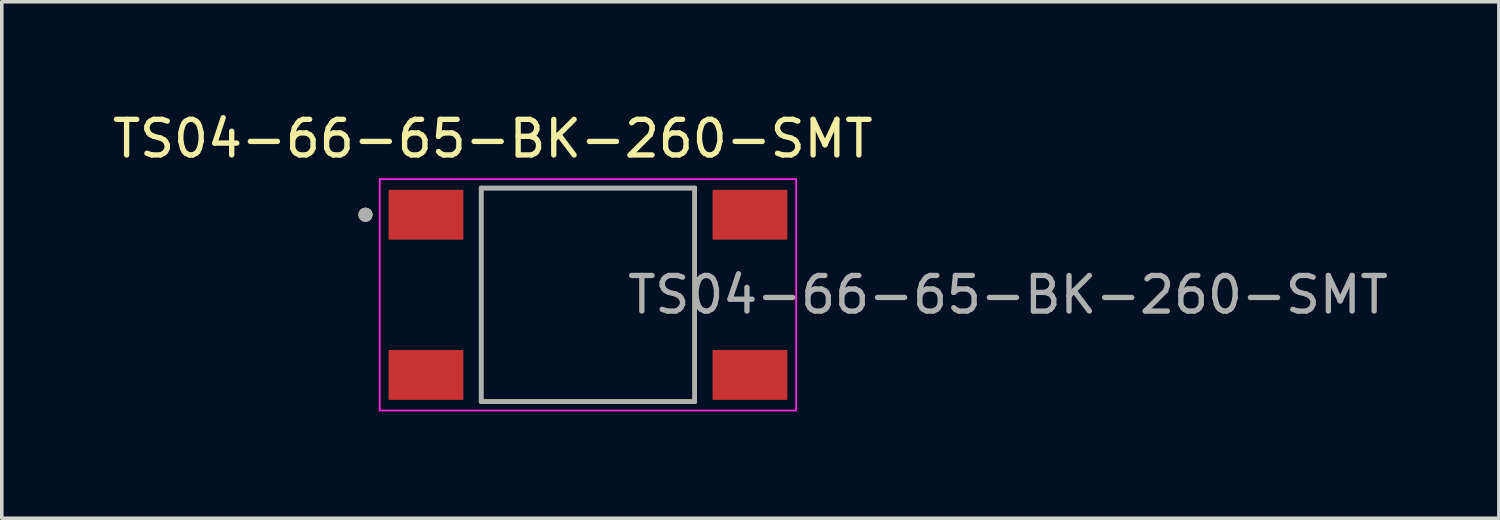
<source format=kicad_pcb>
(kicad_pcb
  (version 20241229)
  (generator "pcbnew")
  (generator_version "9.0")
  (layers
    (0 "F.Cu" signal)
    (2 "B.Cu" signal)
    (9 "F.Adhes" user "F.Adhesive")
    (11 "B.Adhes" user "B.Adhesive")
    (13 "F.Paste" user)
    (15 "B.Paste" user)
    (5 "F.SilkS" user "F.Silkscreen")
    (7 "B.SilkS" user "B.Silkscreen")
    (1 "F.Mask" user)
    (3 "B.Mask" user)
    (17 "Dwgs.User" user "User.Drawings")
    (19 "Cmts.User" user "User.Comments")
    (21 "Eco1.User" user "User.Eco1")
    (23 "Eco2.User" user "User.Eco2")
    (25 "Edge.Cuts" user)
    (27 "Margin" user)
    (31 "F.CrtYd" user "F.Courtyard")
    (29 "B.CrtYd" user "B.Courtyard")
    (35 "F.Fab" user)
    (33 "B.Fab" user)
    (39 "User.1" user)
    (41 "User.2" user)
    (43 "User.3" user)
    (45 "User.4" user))
  (footprint "TS04-66-65-BK-260-SMT"
    (layer "F.Cu")
    (at 13.467 5.233)
    (property "Reference" "TS04-66-65-BK-260-SMT" (at -2.675 -4.385 0) (layer "F.SilkS") (effects (font (size 1 1) (thickness 0.15))))
    (attr smd)
    (fp_line (start -3 -3) (end -3 3) (stroke (width 0.127) (type solid)) (layer "F.SilkS"))
    (fp_line (start -3 3) (end 3 3) (stroke (width 0.127) (type solid)) (layer "F.SilkS"))
    (fp_line (start 3 -3) (end -3 -3) (stroke (width 0.127) (type solid)) (layer "F.SilkS"))
    (fp_line (start 3 3) (end 3 -3) (stroke (width 0.127) (type solid)) (layer "F.SilkS"))
    (fp_circle (center -6.25 -2.25) (end -6.15 -2.25) (stroke (width 0.2) (type solid)) (fill no) (layer "F.SilkS"))
    (fp_line (start -5.85 -3.25) (end -5.85 3.25) (stroke (width 0.05) (type solid)) (layer "F.CrtYd"))
    (fp_line (start -5.85 3.25) (end 5.85 3.25) (stroke (width 0.05) (type solid)) (layer "F.CrtYd"))
    (fp_line (start 5.85 -3.25) (end -5.85 -3.25) (stroke (width 0.05) (type solid)) (layer "F.CrtYd"))
    (fp_line (start 5.85 3.25) (end 5.85 -3.25) (stroke (width 0.05) (type solid)) (layer "F.CrtYd"))
    (fp_line (start -3 -3) (end -3 3) (stroke (width 0.127) (type solid)) (layer "F.Fab"))
    (fp_line (start -3 3) (end 3 3) (stroke (width 0.127) (type solid)) (layer "F.Fab"))
    (fp_line (start 3 -3) (end -3 -3) (stroke (width 0.127) (type solid)) (layer "F.Fab"))
    (fp_line (start 3 3) (end 3 -3) (stroke (width 0.127) (type solid)) (layer "F.Fab"))
    (fp_circle (center -6.25 -2.25) (end -6.15 -2.25) (stroke (width 0.2) (type solid)) (fill no) (layer "F.Fab"))
    (fp_text user "${REFERENCE}" (at 11.8 0 0) (layer "F.Fab") (effects (font (size 1 1) (thickness 0.15))))
    (pad "1" smd rect (at -4.55 -2.25) (size 2.1 1.4) (layers "F.Cu" "F.Mask" "F.Paste"))
    (pad "2" smd rect (at -4.55 2.25) (size 2.1 1.4) (layers "F.Cu" "F.Mask" "F.Paste"))
    (pad "3" smd rect (at 4.55 -2.25) (size 2.1 1.4) (layers "F.Cu" "F.Mask" "F.Paste"))
    (pad "4" smd rect (at 4.55 2.25) (size 2.1 1.4) (layers "F.Cu" "F.Mask" "F.Paste")))
  (gr_rect
    (start -3 -3)
    (end 39.058 11.508)
    (stroke (width 0.1) (type default))
    (fill no)
    (layer "Edge.Cuts")))
</source>
